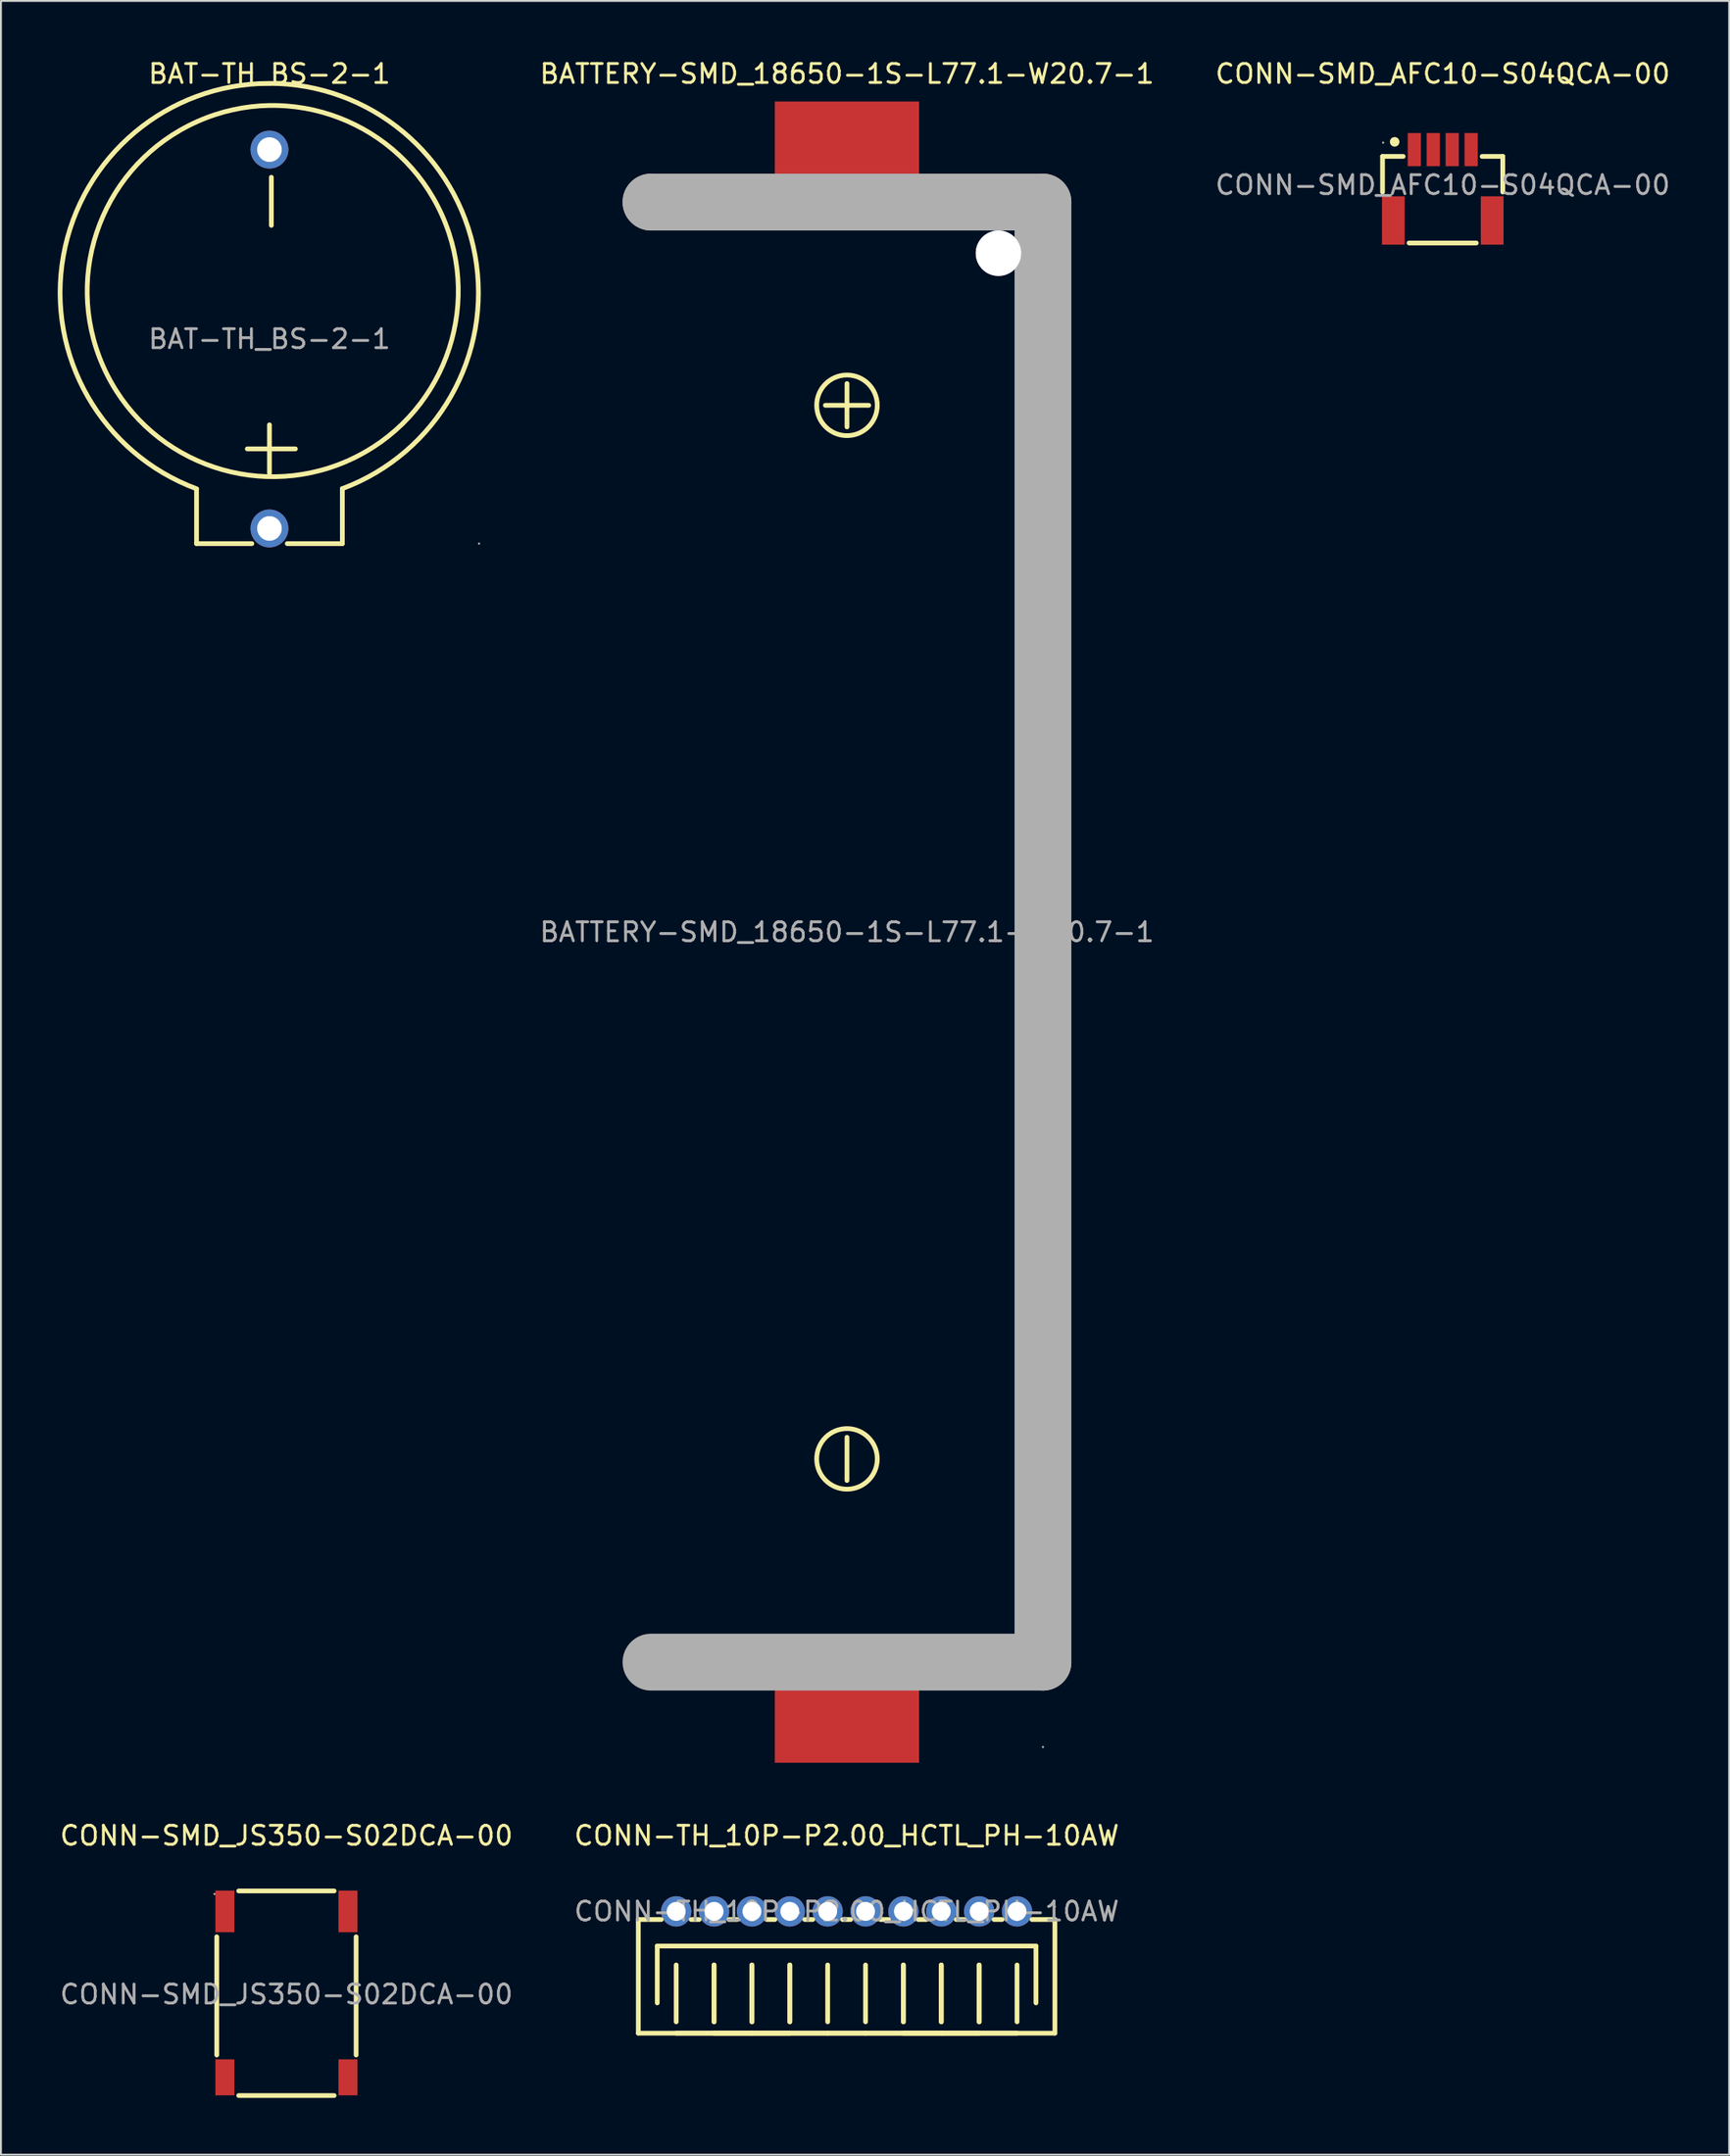
<source format=kicad_pcb>
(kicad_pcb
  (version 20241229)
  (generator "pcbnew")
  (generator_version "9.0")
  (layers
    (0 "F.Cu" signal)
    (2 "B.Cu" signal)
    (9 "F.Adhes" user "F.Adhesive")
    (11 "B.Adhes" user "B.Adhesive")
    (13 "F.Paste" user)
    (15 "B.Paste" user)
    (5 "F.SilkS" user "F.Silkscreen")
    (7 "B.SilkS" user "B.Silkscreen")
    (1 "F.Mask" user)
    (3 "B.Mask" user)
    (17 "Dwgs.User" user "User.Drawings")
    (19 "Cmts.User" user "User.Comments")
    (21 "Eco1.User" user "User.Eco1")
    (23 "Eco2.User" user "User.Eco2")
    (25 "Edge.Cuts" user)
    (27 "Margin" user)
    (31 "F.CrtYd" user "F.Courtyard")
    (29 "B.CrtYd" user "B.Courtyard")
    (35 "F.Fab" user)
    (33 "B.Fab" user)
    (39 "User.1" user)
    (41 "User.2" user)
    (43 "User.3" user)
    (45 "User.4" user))
  (footprint "CONN-SMD_JS350-S02DCA-00"
    (layer "F.Cu")
    (at 12.077 102.237)
    (property "Reference" "CONN-SMD_JS350-S02DCA-00" (at 0 -8.38 0) (layer "F.SilkS") (effects (font (size 1 1) (thickness 0.15))))
    (attr smd)
    (fp_line (start -3.68 -3.04) (end -3.68 3.2) (stroke (width 0.25) (type solid)) (layer "F.SilkS"))
    (fp_line (start -2.52 -5.46) (end 2.52 -5.46) (stroke (width 0.25) (type solid)) (layer "F.SilkS"))
    (fp_line (start -2.52 5.34) (end 2.52 5.34) (stroke (width 0.25) (type solid)) (layer "F.SilkS"))
    (fp_line (start 3.68 -3.04) (end 3.68 3.2) (stroke (width 0.25) (type solid)) (layer "F.SilkS"))
    (fp_circle (center -3.8 -5.3) (end -3.77 -5.3) (stroke (width 0.06) (type solid)) (fill no) (layer "F.Fab"))
    (fp_text user "${REFERENCE}" (at 0 0 0) (layer "F.Fab") (effects (font (size 1 1) (thickness 0.15))))
    (pad "1" smd rect (at -3.25 -4.38) (size 1 2.2) (layers "F.Cu" "F.Mask" "F.Paste"))
    (pad "2" smd rect (at 3.25 -4.38) (size 1 2.2) (layers "F.Cu" "F.Mask" "F.Paste"))
    (pad "3" smd rect (at 3.25 4.38) (size 1 1.9) (layers "F.Cu" "F.Mask" "F.Paste"))
    (pad "4" smd rect (at -3.25 4.38) (size 1 1.9) (layers "F.Cu" "F.Mask" "F.Paste")))
  (footprint "CONN-SMD_AFC10-S04QCA-00"
    (layer "F.Cu")
    (at 73.144 6.718)
    (property "Reference" "CONN-SMD_AFC10-S04QCA-00" (at 0 -5.87 0) (layer "F.SilkS") (effects (font (size 1 1) (thickness 0.15))))
    (attr smd)
    (fp_line (start -3.18 -1.51) (end -2.09 -1.51) (stroke (width 0.25) (type solid)) (layer "F.SilkS"))
    (fp_line (start -3.18 0.37) (end -3.18 -1.51) (stroke (width 0.25) (type solid)) (layer "F.SilkS"))
    (fp_line (start -1.78 3.06) (end 1.77 3.06) (stroke (width 0.25) (type solid)) (layer "F.SilkS"))
    (fp_line (start 2.08 -1.51) (end 3.17 -1.51) (stroke (width 0.25) (type solid)) (layer "F.SilkS"))
    (fp_line (start 3.17 -1.51) (end 3.17 0.37) (stroke (width 0.25) (type solid)) (layer "F.SilkS"))
    (fp_circle (center -2.54 -2.28) (end -2.41 -2.28) (stroke (width 0.25) (type solid)) (fill no) (layer "F.SilkS"))
    (fp_circle (center -3.15 -2.24) (end -3.12 -2.24) (stroke (width 0.06) (type solid)) (fill no) (layer "F.Fab"))
    (fp_text user "${REFERENCE}" (at 0 0 0) (layer "F.Fab") (effects (font (size 1 1) (thickness 0.15))))
    (pad "1" smd rect (at -1.5 -1.87) (size 0.7 1.75) (layers "F.Cu" "F.Mask" "F.Paste"))
    (pad "2" smd rect (at -0.5 -1.87) (size 0.7 1.75) (layers "F.Cu" "F.Mask" "F.Paste"))
    (pad "3" smd rect (at 0.5 -1.87) (size 0.7 1.75) (layers "F.Cu" "F.Mask" "F.Paste"))
    (pad "4" smd rect (at 1.5 -1.87) (size 0.7 1.75) (layers "F.Cu" "F.Mask" "F.Paste"))
    (pad "5" smd rect (at -2.61 1.87) (size 1.2 2.55) (layers "F.Cu" "F.Mask" "F.Paste"))
    (pad "6" smd rect (at 2.61 1.87) (size 1.2 2.55) (layers "F.Cu" "F.Mask" "F.Paste")))
  (footprint "BATTERY-SMD_18650-1S-L77.1-W20.7-1"
    (layer "F.Cu")
    (at 41.68 46.158)
    (property "Reference" "BATTERY-SMD_18650-1S-L77.1-W20.7-1" (at 0 -45.31 0) (layer "F.SilkS") (effects (font (size 1 1) (thickness 0.15))))
    (attr smd)
    (fp_line (start 0 -28.96) (end 0 -26.67) (stroke (width 0.25) (type solid)) (layer "F.SilkS"))
    (fp_line (start 0 26.67) (end 0 28.95) (stroke (width 0.25) (type solid)) (layer "F.SilkS"))
    (fp_line (start 1.15 -27.81) (end -1.14 -27.81) (stroke (width 0.25) (type solid)) (layer "F.SilkS"))
    (fp_circle (center 0 -27.81) (end 1.6 -27.81) (stroke (width 0.25) (type solid)) (fill no) (layer "F.SilkS"))
    (fp_circle (center 0 27.81) (end 1.6 27.81) (stroke (width 0.25) (type solid)) (fill no) (layer "F.SilkS"))
    (fp_circle (center 8 -35.84) (end 8.39 -35.84) (stroke (width 0.79) (type solid)) (fill no) (layer "Cmts.User"))
    (fp_line (start -10.35 -38.54) (end -10.35 -38.54) (stroke (width 3) (type solid)) (layer "F.Fab"))
    (fp_line (start -10.35 -38.54) (end 10.35 -38.54) (stroke (width 3) (type solid)) (layer "F.Fab"))
    (fp_line (start 10.35 -38.54) (end 10.35 38.54) (stroke (width 3) (type solid)) (layer "F.Fab"))
    (fp_line (start 10.35 38.54) (end -10.35 38.54) (stroke (width 3) (type solid)) (layer "F.Fab"))
    (fp_circle (center 10.35 43.02) (end 10.38 43.02) (stroke (width 0.06) (type solid)) (fill no) (layer "F.Fab"))
    (fp_text user "${REFERENCE}" (at 0 0 0) (layer "F.Fab") (effects (font (size 1 1) (thickness 0.15))))
    (pad "" thru_hole circle (at 8 -35.84) (size 2.4 2.4) (drill 2.4) (layers "*.Cu" "*.Mask"))
    (pad "1" smd rect (at 0 41.31) (size 7.62 5.08) (layers "F.Cu" "F.Mask" "F.Paste"))
    (pad "2" smd rect (at 0 -41.31) (size 7.62 5.08) (layers "F.Cu" "F.Mask" "F.Paste")))
  (footprint "CONN-TH_10P-P2.00_HCTL_PH-10AW"
    (layer "F.Cu")
    (at 41.661 97.856)
    (property "Reference" "CONN-TH_10P-P2.00_HCTL_PH-10AW" (at 0 -4 0) (layer "F.SilkS") (effects (font (size 1 1) (thickness 0.15))))
    (attr through_hole)
    (fp_line (start -11 0.43) (end -11 6.43) (stroke (width 0.25) (type solid)) (layer "F.SilkS"))
    (fp_line (start -10 1.83) (end -10 4.83) (stroke (width 0.25) (type solid)) (layer "F.SilkS"))
    (fp_line (start -9.79 0.43) (end -11 0.43) (stroke (width 0.25) (type solid)) (layer "F.SilkS"))
    (fp_line (start -9 5.83) (end -9 2.83) (stroke (width 0.25) (type solid)) (layer "F.SilkS"))
    (fp_line (start -7.79 0.43) (end -8.21 0.43) (stroke (width 0.25) (type solid)) (layer "F.SilkS"))
    (fp_line (start -7 2.83) (end -7 5.83) (stroke (width 0.25) (type solid)) (layer "F.SilkS"))
    (fp_line (start -7 5.83) (end -7 2.83) (stroke (width 0.25) (type solid)) (layer "F.SilkS"))
    (fp_line (start -5.79 0.43) (end -6.21 0.43) (stroke (width 0.25) (type solid)) (layer "F.SilkS"))
    (fp_line (start -5 2.83) (end -5 5.83) (stroke (width 0.25) (type solid)) (layer "F.SilkS"))
    (fp_line (start -5 5.83) (end -5 2.83) (stroke (width 0.25) (type solid)) (layer "F.SilkS"))
    (fp_line (start -5 6.43) (end -11 6.43) (stroke (width 0.25) (type solid)) (layer "F.SilkS"))
    (fp_line (start -3.79 0.43) (end -4.21 0.43) (stroke (width 0.25) (type solid)) (layer "F.SilkS"))
    (fp_line (start -3 2.83) (end -3 5.83) (stroke (width 0.25) (type solid)) (layer "F.SilkS"))
    (fp_line (start -3 5.83) (end -3 2.83) (stroke (width 0.25) (type solid)) (layer "F.SilkS"))
    (fp_line (start -3 6.43) (end -9 6.43) (stroke (width 0.25) (type solid)) (layer "F.SilkS"))
    (fp_line (start -1.79 0.43) (end -2.21 0.43) (stroke (width 0.25) (type solid)) (layer "F.SilkS"))
    (fp_line (start -1 2.83) (end -1 5.83) (stroke (width 0.25) (type solid)) (layer "F.SilkS"))
    (fp_line (start -1 6.43) (end -7 6.43) (stroke (width 0.25) (type solid)) (layer "F.SilkS"))
    (fp_line (start 0.21 0.43) (end -0.21 0.43) (stroke (width 0.25) (type solid)) (layer "F.SilkS"))
    (fp_line (start 1 5.83) (end 1 2.83) (stroke (width 0.25) (type solid)) (layer "F.SilkS"))
    (fp_line (start 1 6.43) (end -5 6.43) (stroke (width 0.25) (type solid)) (layer "F.SilkS"))
    (fp_line (start 2.21 0.43) (end 1.79 0.43) (stroke (width 0.25) (type solid)) (layer "F.SilkS"))
    (fp_line (start 3 2.83) (end 3 5.83) (stroke (width 0.25) (type solid)) (layer "F.SilkS"))
    (fp_line (start 3 5.83) (end 3 2.83) (stroke (width 0.25) (type solid)) (layer "F.SilkS"))
    (fp_line (start 4.21 0.43) (end 3.79 0.43) (stroke (width 0.25) (type solid)) (layer "F.SilkS"))
    (fp_line (start 5 2.83) (end 5 5.83) (stroke (width 0.25) (type solid)) (layer "F.SilkS"))
    (fp_line (start 5 5.83) (end 5 2.83) (stroke (width 0.25) (type solid)) (layer "F.SilkS"))
    (fp_line (start 5 6.43) (end -1 6.43) (stroke (width 0.25) (type solid)) (layer "F.SilkS"))
    (fp_line (start 6.21 0.43) (end 5.79 0.43) (stroke (width 0.25) (type solid)) (layer "F.SilkS"))
    (fp_line (start 7 2.83) (end 7 5.83) (stroke (width 0.25) (type solid)) (layer "F.SilkS"))
    (fp_line (start 7 5.83) (end 7 2.83) (stroke (width 0.25) (type solid)) (layer "F.SilkS"))
    (fp_line (start 7 6.43) (end 1 6.43) (stroke (width 0.25) (type solid)) (layer "F.SilkS"))
    (fp_line (start 8.21 0.43) (end 7.79 0.43) (stroke (width 0.25) (type solid)) (layer "F.SilkS"))
    (fp_line (start 9 2.83) (end 9 5.83) (stroke (width 0.25) (type solid)) (layer "F.SilkS"))
    (fp_line (start 9 6.43) (end 3 6.43) (stroke (width 0.25) (type solid)) (layer "F.SilkS"))
    (fp_line (start 10 1.83) (end -10 1.83) (stroke (width 0.25) (type solid)) (layer "F.SilkS"))
    (fp_line (start 10 4.83) (end 10 1.83) (stroke (width 0.25) (type solid)) (layer "F.SilkS"))
    (fp_line (start 11 0.43) (end 9.79 0.43) (stroke (width 0.25) (type solid)) (layer "F.SilkS"))
    (fp_line (start 11 0.43) (end 11 6.43) (stroke (width 0.25) (type solid)) (layer "F.SilkS"))
    (fp_line (start 11 6.43) (end 5 6.43) (stroke (width 0.25) (type solid)) (layer "F.SilkS"))
    (fp_circle (center 11 -0.25) (end 11.03 -0.25) (stroke (width 0.06) (type solid)) (fill no) (layer "F.Fab"))
    (fp_text user "${REFERENCE}" (at 0 0 0) (layer "F.Fab") (effects (font (size 1 1) (thickness 0.15))))
    (pad "1" thru_hole circle (at 9 0 180) (size 1.6 1.6) (drill 1) (layers "*.Cu" "*.Mask"))
    (pad "2" thru_hole circle (at 7 0 180) (size 1.6 1.6) (drill 1) (layers "*.Cu" "*.Mask"))
    (pad "3" thru_hole circle (at 5 0 180) (size 1.6 1.6) (drill 1) (layers "*.Cu" "*.Mask"))
    (pad "4" thru_hole circle (at 3 0 180) (size 1.6 1.6) (drill 1) (layers "*.Cu" "*.Mask"))
    (pad "5" thru_hole circle (at 1 0 180) (size 1.6 1.6) (drill 1) (layers "*.Cu" "*.Mask"))
    (pad "6" thru_hole circle (at -1 0 180) (size 1.6 1.6) (drill 1) (layers "*.Cu" "*.Mask"))
    (pad "7" thru_hole circle (at -3 0 180) (size 1.6 1.6) (drill 1) (layers "*.Cu" "*.Mask"))
    (pad "8" thru_hole circle (at -5 0 180) (size 1.6 1.6) (drill 1) (layers "*.Cu" "*.Mask"))
    (pad "9" thru_hole circle (at -7 0 180) (size 1.6 1.6) (drill 1) (layers "*.Cu" "*.Mask"))
    (pad "10" thru_hole circle (at -9 0 180) (size 1.6 1.6) (drill 1) (layers "*.Cu" "*.Mask")))
  (footprint "BAT-TH_BS-2-1"
    (layer "F.Cu")
    (at 11.18 14.848)
    (property "Reference" "BAT-TH_BS-2-1" (at 0 -14 0) (layer "F.SilkS") (effects (font (size 1 1) (thickness 0.15))))
    (attr through_hole)
    (fp_line (start -3.85 10.8) (end -3.85 8) (stroke (width 0.25) (type solid)) (layer "F.SilkS"))
    (fp_line (start -3.85 10.8) (end -0.93 10.8) (stroke (width 0.25) (type solid)) (layer "F.SilkS"))
    (fp_line (start 0 7.07) (end 0 4.53) (stroke (width 0.25) (type solid)) (layer "F.SilkS"))
    (fp_line (start 0.1 -6) (end 0.1 -8.54) (stroke (width 0.25) (type solid)) (layer "F.SilkS"))
    (fp_line (start 0.94 10.8) (end 3.85 10.8) (stroke (width 0.25) (type solid)) (layer "F.SilkS"))
    (fp_line (start 1.37 5.8) (end -1.17 5.8) (stroke (width 0.25) (type solid)) (layer "F.SilkS"))
    (fp_line (start 3.85 10.8) (end 3.85 7.9) (stroke (width 0.25) (type solid)) (layer "F.SilkS"))
    (fp_arc (start -3.84 7.91) (mid -0.024669 -13.495283) (end 3.847505 7.89979) (stroke (width 0.25) (type solid)) (layer "F.SilkS"))
    (fp_arc (start 4.11 6.44) (mid -3.815351 -11.479943) (end 4.200599 6.399657) (stroke (width 0.25) (type solid)) (layer "F.SilkS"))
    (fp_circle (center 11.07 10.8) (end 11.1 10.8) (stroke (width 0.06) (type solid)) (fill no) (layer "F.Fab"))
    (fp_text user "${REFERENCE}" (at 0 0 0) (layer "F.Fab") (effects (font (size 1 1) (thickness 0.15))))
    (pad "1" thru_hole circle (at 0 10 90) (size 2 2) (drill 1.3) (layers "*.Cu" "*.Mask"))
    (pad "2" thru_hole circle (at 0 -10 90) (size 2 2) (drill 1.3) (layers "*.Cu" "*.Mask")))
  (gr_rect
    (start -3 -3)
    (end 88.269 110.701)
    (stroke (width 0.1) (type default))
    (fill no)
    (layer "Edge.Cuts")))
</source>
